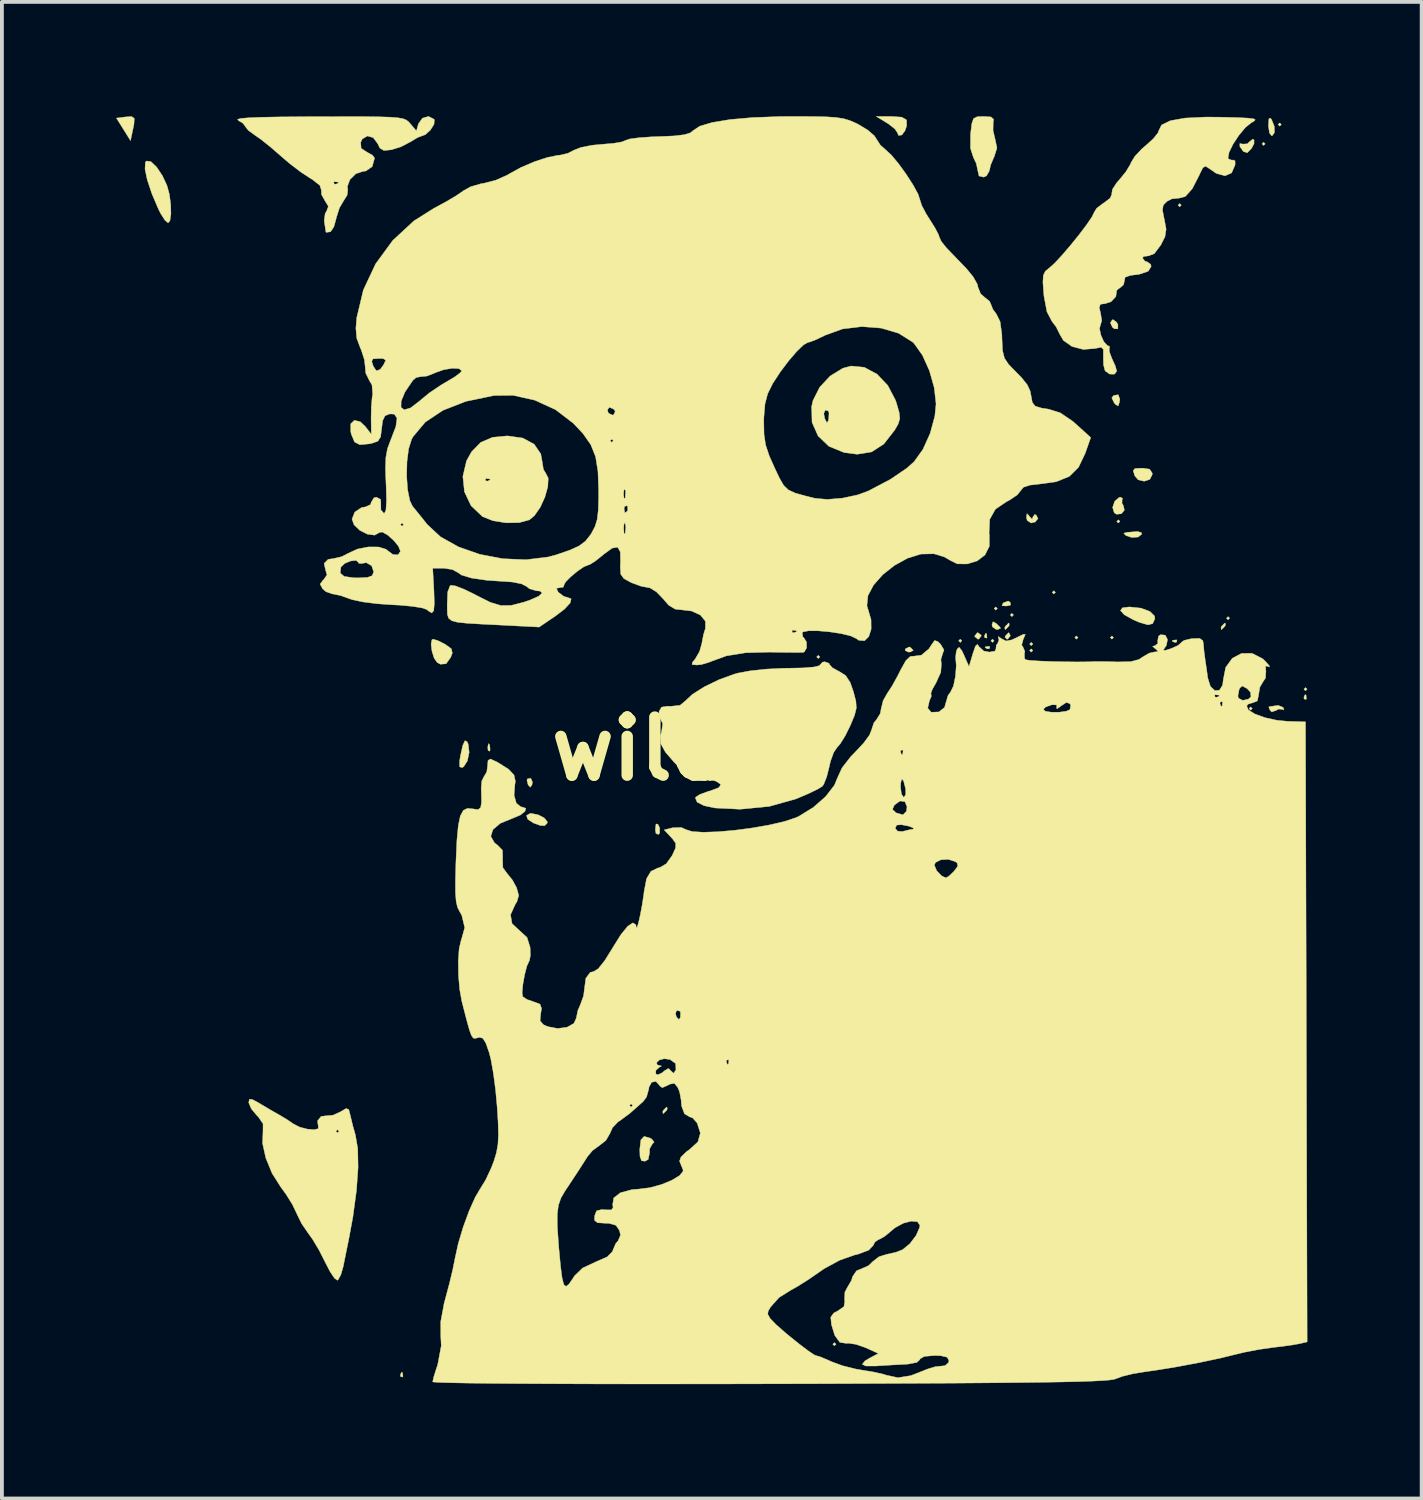
<source format=kicad_pcb>
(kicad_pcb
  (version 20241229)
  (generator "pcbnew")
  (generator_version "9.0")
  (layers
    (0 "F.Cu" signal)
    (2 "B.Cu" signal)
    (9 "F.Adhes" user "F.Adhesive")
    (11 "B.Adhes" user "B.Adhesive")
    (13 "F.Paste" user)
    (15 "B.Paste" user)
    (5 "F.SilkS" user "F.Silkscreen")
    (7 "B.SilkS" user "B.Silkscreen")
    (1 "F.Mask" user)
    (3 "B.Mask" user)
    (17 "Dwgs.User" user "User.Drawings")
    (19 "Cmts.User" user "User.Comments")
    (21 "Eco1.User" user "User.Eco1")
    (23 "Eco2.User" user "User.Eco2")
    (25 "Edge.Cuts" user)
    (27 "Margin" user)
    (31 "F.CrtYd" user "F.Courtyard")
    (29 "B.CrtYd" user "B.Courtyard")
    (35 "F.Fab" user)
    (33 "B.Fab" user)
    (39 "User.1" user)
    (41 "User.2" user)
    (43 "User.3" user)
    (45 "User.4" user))
  (footprint "wilde3"
    (layer "F.Cu")
    (at 15.076 16.6)
    (property "Reference" "wilde3" (at 0 0 0) (layer "F.SilkS") (effects (font (size 1.524 1.524) (thickness 0.3))))
    (attr through_hole)
    (fp_poly (pts (xy 3.387 -2.413) (xy 3.344 -2.371) (xy 3.302 -2.413) (xy 3.344 -2.455) (xy 3.387 -2.413)) (stroke (width 0.01) (type solid)) (fill yes) (layer "F.SilkS"))
    (fp_poly (pts (xy 3.81 15.621) (xy 3.768 15.663) (xy 3.725 15.621) (xy 3.768 15.579) (xy 3.81 15.621)) (stroke (width 0.01) (type solid)) (fill yes) (layer "F.SilkS"))
    (fp_poly (pts (xy 7.112 -2.836) (xy 7.07 -2.794) (xy 7.027 -2.836) (xy 7.07 -2.879) (xy 7.112 -2.836)) (stroke (width 0.01) (type solid)) (fill yes) (layer "F.SilkS"))
    (fp_poly (pts (xy 7.959 -2.836) (xy 7.916 -2.794) (xy 7.874 -2.836) (xy 7.916 -2.879) (xy 7.959 -2.836)) (stroke (width 0.01) (type solid)) (fill yes) (layer "F.SilkS"))
    (fp_poly (pts (xy 8.043 -3.683) (xy 8.001 -3.641) (xy 7.959 -3.683) (xy 8.001 -3.725) (xy 8.043 -3.683)) (stroke (width 0.01) (type solid)) (fill yes) (layer "F.SilkS"))
    (fp_poly (pts (xy 8.467 -3.514) (xy 8.424 -3.471) (xy 8.382 -3.514) (xy 8.424 -3.556) (xy 8.467 -3.514)) (stroke (width 0.01) (type solid)) (fill yes) (layer "F.SilkS"))
    (fp_poly (pts (xy 8.975 -2.752) (xy 8.932 -2.709) (xy 8.89 -2.752) (xy 8.932 -2.794) (xy 8.975 -2.752)) (stroke (width 0.01) (type solid)) (fill yes) (layer "F.SilkS"))
    (fp_poly (pts (xy 8.975 -2.582) (xy 8.932 -2.54) (xy 8.89 -2.582) (xy 8.932 -2.625) (xy 8.975 -2.582)) (stroke (width 0.01) (type solid)) (fill yes) (layer "F.SilkS"))
    (fp_poly (pts (xy 9.567 -4.106) (xy 9.525 -4.064) (xy 9.483 -4.106) (xy 9.525 -4.149) (xy 9.567 -4.106)) (stroke (width 0.01) (type solid)) (fill yes) (layer "F.SilkS"))
    (fp_poly (pts (xy 10.16 -2.921) (xy 10.118 -2.879) (xy 10.075 -2.921) (xy 10.118 -2.963) (xy 10.16 -2.921)) (stroke (width 0.01) (type solid)) (fill yes) (layer "F.SilkS"))
    (fp_poly (pts (xy 11.091 -2.921) (xy 11.049 -2.879) (xy 11.007 -2.921) (xy 11.049 -2.963) (xy 11.091 -2.921)) (stroke (width 0.01) (type solid)) (fill yes) (layer "F.SilkS"))
    (fp_poly (pts (xy 11.261 -5.969) (xy 11.218 -5.927) (xy 11.176 -5.969) (xy 11.218 -6.011) (xy 11.261 -5.969)) (stroke (width 0.01) (type solid)) (fill yes) (layer "F.SilkS"))
    (fp_poly (pts (xy 12.869 -14.266) (xy 12.827 -14.224) (xy 12.785 -14.266) (xy 12.827 -14.309) (xy 12.869 -14.266)) (stroke (width 0.01) (type solid)) (fill yes) (layer "F.SilkS"))
    (fp_poly (pts (xy 14.139 -3.429) (xy 14.097 -3.387) (xy 14.055 -3.429) (xy 14.097 -3.471) (xy 14.139 -3.429)) (stroke (width 0.01) (type solid)) (fill yes) (layer "F.SilkS"))
    (fp_poly (pts (xy 14.732 -1.058) (xy 14.69 -1.016) (xy 14.647 -1.058) (xy 14.69 -1.101) (xy 14.732 -1.058)) (stroke (width 0.01) (type solid)) (fill yes) (layer "F.SilkS"))
    (fp_poly (pts (xy 15.071 -15.875) (xy 15.028 -15.833) (xy 14.986 -15.875) (xy 15.028 -15.917) (xy 15.071 -15.875)) (stroke (width 0.01) (type solid)) (fill yes) (layer "F.SilkS"))
    (fp_poly (pts (xy 15.494 -16.383) (xy 15.452 -16.341) (xy 15.409 -16.383) (xy 15.452 -16.425) (xy 15.494 -16.383)) (stroke (width 0.01) (type solid)) (fill yes) (layer "F.SilkS"))
    (fp_poly (pts (xy 16.171 -1.566) (xy 16.129 -1.524) (xy 16.087 -1.566) (xy 16.129 -1.609) (xy 16.171 -1.566)) (stroke (width 0.01) (type solid)) (fill yes) (layer "F.SilkS"))
    (fp_poly (pts (xy -7.564 16.369) (xy -7.553 16.469) (xy -7.564 16.482) (xy -7.614 16.47) (xy -7.62 16.425) (xy -7.589 16.356) (xy -7.564 16.369)) (stroke (width 0.01) (type solid)) (fill yes) (layer "F.SilkS"))
    (fp_poly (pts (xy -5.276 -0.101) (xy -5.266 0.032) (xy -5.283 0.062) (xy -5.321 0.036) (xy -5.327 -0.049) (xy -5.307 -0.14) (xy -5.276 -0.101)) (stroke (width 0.01) (type solid)) (fill yes) (layer "F.SilkS"))
    (fp_poly (pts (xy 7.761 -3.02) (xy 7.771 -2.919) (xy 7.761 -2.907) (xy 7.711 -2.919) (xy 7.705 -2.963) (xy 7.736 -3.033) (xy 7.761 -3.02)) (stroke (width 0.01) (type solid)) (fill yes) (layer "F.SilkS"))
    (fp_poly (pts (xy 7.846 -2.681) (xy 7.834 -2.631) (xy 7.789 -2.625) (xy 7.72 -2.656) (xy 7.733 -2.681) (xy 7.833 -2.691) (xy 7.846 -2.681)) (stroke (width 0.01) (type solid)) (fill yes) (layer "F.SilkS"))
    (fp_poly (pts (xy 12.756 -2.85) (xy 12.745 -2.8) (xy 12.7 -2.794) (xy 12.63 -2.825) (xy 12.644 -2.85) (xy 12.744 -2.861) (xy 12.756 -2.85)) (stroke (width 0.01) (type solid)) (fill yes) (layer "F.SilkS"))
    (fp_poly (pts (xy 16.143 -1.411) (xy 16.153 -1.311) (xy 16.143 -1.298) (xy 16.093 -1.31) (xy 16.087 -1.355) (xy 16.118 -1.424) (xy 16.143 -1.411)) (stroke (width 0.01) (type solid)) (fill yes) (layer "F.SilkS"))
    (fp_poly (pts (xy -4.156 0.864) (xy -4.167 0.943) (xy -4.213 1.007) (xy -4.269 0.943) (xy -4.3 0.818) (xy -4.284 0.785) (xy -4.2 0.771) (xy -4.156 0.864)) (stroke (width 0.01) (type solid)) (fill yes) (layer "F.SilkS"))
    (fp_poly (pts (xy -0.862 1.979) (xy -0.817 2.072) (xy -0.818 2.208) (xy -0.85 2.246) (xy -0.914 2.218) (xy -0.931 2.122) (xy -0.913 1.969) (xy -0.862 1.979)) (stroke (width 0.01) (type solid)) (fill yes) (layer "F.SilkS"))
    (fp_poly (pts (xy 5.763 -2.663) (xy 5.838 -2.582) (xy 5.753 -2.542) (xy 5.71 -2.54) (xy 5.623 -2.582) (xy 5.631 -2.626) (xy 5.733 -2.675) (xy 5.763 -2.663)) (stroke (width 0.01) (type solid)) (fill yes) (layer "F.SilkS"))
    (fp_poly (pts (xy 8.381 -3.845) (xy 8.391 -3.774) (xy 8.284 -3.748) (xy 8.164 -3.757) (xy 8.194 -3.825) (xy 8.2 -3.831) (xy 8.327 -3.879) (xy 8.381 -3.845)) (stroke (width 0.01) (type solid)) (fill yes) (layer "F.SilkS"))
    (fp_poly (pts (xy -14.603 -16.544) (xy -14.611 -16.392) (xy -14.639 -16.255) (xy -14.702 -15.96) (xy -14.886 -16.256) (xy -15.071 -16.552) (xy -14.851 -16.58) (xy -14.674 -16.593) (xy -14.603 -16.544)) (stroke (width 0.01) (type solid)) (fill yes) (layer "F.SilkS"))
    (fp_poly (pts (xy -0.619 9.453) (xy -0.635 9.483) (xy -0.715 9.564) (xy -0.73 9.567) (xy -0.735 9.513) (xy -0.72 9.483) (xy -0.64 9.402) (xy -0.625 9.398) (xy -0.619 9.453)) (stroke (width 0.01) (type solid)) (fill yes) (layer "F.SilkS"))
    (fp_poly (pts (xy 7.618 -2.984) (xy 7.62 -2.963) (xy 7.556 -2.881) (xy 7.535 -2.879) (xy 7.453 -2.943) (xy 7.451 -2.963) (xy 7.515 -3.046) (xy 7.535 -3.048) (xy 7.618 -2.984)) (stroke (width 0.01) (type solid)) (fill yes) (layer "F.SilkS"))
    (fp_poly (pts (xy 8.015 -3.29) (xy 8.112 -3.194) (xy 8.128 -3.165) (xy 8.06 -3.135) (xy 8.015 -3.133) (xy 7.915 -3.201) (xy 7.902 -3.258) (xy 7.931 -3.337) (xy 8.015 -3.29)) (stroke (width 0.01) (type solid)) (fill yes) (layer "F.SilkS"))
    (fp_poly (pts (xy 8.355 -3.247) (xy 8.34 -3.217) (xy 8.26 -3.136) (xy 8.245 -3.133) (xy 8.239 -3.187) (xy 8.255 -3.217) (xy 8.335 -3.298) (xy 8.35 -3.302) (xy 8.355 -3.247)) (stroke (width 0.01) (type solid)) (fill yes) (layer "F.SilkS"))
    (fp_poly (pts (xy 8.381 -2.982) (xy 8.382 -2.963) (xy 8.317 -2.882) (xy 8.292 -2.879) (xy 8.242 -2.931) (xy 8.255 -2.963) (xy 8.331 -3.044) (xy 8.345 -3.048) (xy 8.381 -2.982)) (stroke (width 0.01) (type solid)) (fill yes) (layer "F.SilkS"))
    (fp_poly (pts (xy 11.175 -11.193) (xy 11.207 -11.134) (xy 11.205 -11.021) (xy 11.113 -11.023) (xy 11.063 -11.063) (xy 11.009 -11.18) (xy 11.058 -11.257) (xy 11.082 -11.261) (xy 11.175 -11.193)) (stroke (width 0.01) (type solid)) (fill yes) (layer "F.SilkS"))
    (fp_poly (pts (xy 11.257 -9.177) (xy 11.247 -9.095) (xy 11.212 -8.996) (xy 11.142 -9.041) (xy 11.108 -9.081) (xy 11.046 -9.21) (xy 11.093 -9.272) (xy 11.215 -9.293) (xy 11.257 -9.177)) (stroke (width 0.01) (type solid)) (fill yes) (layer "F.SilkS"))
    (fp_poly (pts (xy 14.028 -3.247) (xy 14.012 -3.217) (xy 13.933 -3.136) (xy 13.918 -3.133) (xy 13.912 -3.187) (xy 13.928 -3.217) (xy 14.007 -3.298) (xy 14.022 -3.302) (xy 14.028 -3.247)) (stroke (width 0.01) (type solid)) (fill yes) (layer "F.SilkS"))
    (fp_poly (pts (xy 11.826 -5.672) (xy 11.832 -5.634) (xy 11.738 -5.559) (xy 11.567 -5.548) (xy 11.412 -5.601) (xy 11.361 -5.66) (xy 11.451 -5.682) (xy 11.658 -5.699) (xy 11.726 -5.704) (xy 11.826 -5.672)) (stroke (width 0.01) (type solid)) (fill yes) (layer "F.SilkS"))
    (fp_poly (pts (xy 15.24 -16.51) (xy 15.31 -16.335) (xy 15.315 -16.172) (xy 15.254 -16.088) (xy 15.24 -16.087) (xy 15.183 -16.161) (xy 15.157 -16.341) (xy 15.157 -16.362) (xy 15.169 -16.533) (xy 15.208 -16.551) (xy 15.24 -16.51)) (stroke (width 0.01) (type solid)) (fill yes) (layer "F.SilkS"))
    (fp_poly (pts (xy -5.867 -0.185) (xy -5.84 -0.122) (xy -5.816 0.093) (xy -5.862 0.314) (xy -5.959 0.467) (xy -6 0.49) (xy -6.064 0.471) (xy -6.068 0.331) (xy -6.048 0.199) (xy -5.984 -0.09) (xy -5.925 -0.216) (xy -5.867 -0.185)) (stroke (width 0.01) (type solid)) (fill yes) (layer "F.SilkS"))
    (fp_poly (pts (xy -4.002 1.73) (xy -3.842 1.815) (xy -3.764 1.913) (xy -3.77 1.952) (xy -3.837 2.016) (xy -3.951 2.009) (xy -4.128 1.945) (xy -4.278 1.847) (xy -4.311 1.749) (xy -4.218 1.695) (xy -4.185 1.693) (xy -4.002 1.73)) (stroke (width 0.01) (type solid)) (fill yes) (layer "F.SilkS"))
    (fp_poly (pts (xy 12.039 -7.339) (xy 12.105 -7.24) (xy 12.107 -7.197) (xy 12.043 -7.071) (xy 11.896 -7.023) (xy 11.74 -7.06) (xy 11.651 -7.161) (xy 11.608 -7.3) (xy 11.655 -7.356) (xy 11.83 -7.366) (xy 11.853 -7.366) (xy 12.039 -7.339)) (stroke (width 0.01) (type solid)) (fill yes) (layer "F.SilkS"))
    (fp_poly (pts (xy 15.536 -1.092) (xy 15.55 -1.072) (xy 15.563 -1.018) (xy 15.537 -1.036) (xy 15.422 -1.046) (xy 15.361 -1.011) (xy 15.244 -0.97) (xy 15.2 -1.012) (xy 15.166 -1.099) (xy 15.172 -1.107) (xy 15.411 -1.142) (xy 15.536 -1.092)) (stroke (width 0.01) (type solid)) (fill yes) (layer "F.SilkS"))
    (fp_poly (pts (xy 5.537 -16.576) (xy 5.661 -16.502) (xy 5.664 -16.35) (xy 5.621 -16.221) (xy 5.537 -16.108) (xy 5.45 -16.097) (xy 5.419 -16.173) (xy 5.353 -16.268) (xy 5.19 -16.397) (xy 5.144 -16.426) (xy 4.868 -16.594) (xy 5.271 -16.594) (xy 5.537 -16.576)) (stroke (width 0.01) (type solid)) (fill yes) (layer "F.SilkS"))
    (fp_poly (pts (xy 8.879 -6.112) (xy 8.89 -6.096) (xy 8.957 -6.023) (xy 8.973 -6.08) (xy 9.022 -6.149) (xy 9.061 -6.137) (xy 9.11 -6.044) (xy 9.038 -5.954) (xy 8.927 -5.927) (xy 8.825 -5.996) (xy 8.807 -6.075) (xy 8.821 -6.173) (xy 8.879 -6.112)) (stroke (width 0.01) (type solid)) (fill yes) (layer "F.SilkS"))
    (fp_poly (pts (xy 11.332 -6.569) (xy 11.318 -6.548) (xy 11.313 -6.446) (xy 11.347 -6.39) (xy 11.377 -6.265) (xy 11.298 -6.17) (xy 11.172 -6.156) (xy 11.11 -6.196) (xy 11.068 -6.336) (xy 11.124 -6.499) (xy 11.241 -6.599) (xy 11.278 -6.604) (xy 11.332 -6.569)) (stroke (width 0.01) (type solid)) (fill yes) (layer "F.SilkS"))
    (fp_poly (pts (xy 11.812 -3.693) (xy 12.045 -3.607) (xy 12.169 -3.486) (xy 12.177 -3.415) (xy 12.119 -3.286) (xy 11.995 -3.255) (xy 11.774 -3.319) (xy 11.62 -3.384) (xy 11.373 -3.52) (xy 11.274 -3.63) (xy 11.326 -3.702) (xy 11.509 -3.725) (xy 11.812 -3.693)) (stroke (width 0.01) (type solid)) (fill yes) (layer "F.SilkS"))
    (fp_poly (pts (xy 14.778 -15.984) (xy 14.778 -15.882) (xy 14.713 -15.756) (xy 14.601 -15.642) (xy 14.501 -15.674) (xy 14.493 -15.682) (xy 14.407 -15.805) (xy 14.406 -15.884) (xy 14.487 -15.869) (xy 14.606 -15.877) (xy 14.652 -15.925) (xy 14.741 -15.996) (xy 14.778 -15.984)) (stroke (width 0.01) (type solid)) (fill yes) (layer "F.SilkS"))
    (fp_poly (pts (xy -1.063 10.214) (xy -1.028 10.235) (xy -0.962 10.317) (xy -1.011 10.369) (xy -1.08 10.492) (xy -1.084 10.61) (xy -1.118 10.773) (xy -1.201 10.819) (xy -1.294 10.806) (xy -1.334 10.692) (xy -1.339 10.504) (xy -1.31 10.259) (xy -1.223 10.167) (xy -1.063 10.214)) (stroke (width 0.01) (type solid)) (fill yes) (layer "F.SilkS"))
    (fp_poly (pts (xy -6.632 -2.839) (xy -6.441 -2.742) (xy -6.44 -2.741) (xy -6.284 -2.628) (xy -6.258 -2.516) (xy -6.299 -2.403) (xy -6.422 -2.233) (xy -6.572 -2.222) (xy -6.654 -2.266) (xy -6.734 -2.38) (xy -6.791 -2.56) (xy -6.815 -2.742) (xy -6.793 -2.862) (xy -6.763 -2.879) (xy -6.632 -2.839)) (stroke (width 0.01) (type solid)) (fill yes) (layer "F.SilkS"))
    (fp_poly (pts (xy -14.167 -15.41) (xy -14.018 -15.269) (xy -13.863 -15.036) (xy -13.744 -14.78) (xy -13.681 -14.548) (xy -13.647 -14.283) (xy -13.641 -14.036) (xy -13.667 -13.858) (xy -13.716 -13.801) (xy -13.798 -13.871) (xy -13.911 -14.048) (xy -13.968 -14.161) (xy -14.142 -14.57) (xy -14.262 -14.931) (xy -14.321 -15.214) (xy -14.312 -15.39) (xy -14.285 -15.426) (xy -14.167 -15.41)) (stroke (width 0.01) (type solid)) (fill yes) (layer "F.SilkS"))
    (fp_poly (pts (xy 7.878 -16.581) (xy 7.945 -16.522) (xy 7.934 -16.424) (xy 7.931 -16.224) (xy 7.983 -16.006) (xy 8.033 -15.768) (xy 7.964 -15.547) (xy 7.956 -15.53) (xy 7.867 -15.322) (xy 7.833 -15.167) (xy 7.761 -15.038) (xy 7.684 -15.002) (xy 7.563 -15.032) (xy 7.535 -15.152) (xy 7.49 -15.363) (xy 7.416 -15.518) (xy 7.338 -15.76) (xy 7.34 -16.127) (xy 7.342 -16.15) (xy 7.373 -16.408) (xy 7.42 -16.54) (xy 7.516 -16.588) (xy 7.683 -16.595) (xy 7.878 -16.581)) (stroke (width 0.01) (type solid)) (fill yes) (layer "F.SilkS"))
    (fp_poly (pts (xy 4.553 -10.012) (xy 4.886 -9.833) (xy 5.169 -9.536) (xy 5.372 -9.146) (xy 5.391 -9.091) (xy 5.466 -8.832) (xy 5.484 -8.664) (xy 5.44 -8.521) (xy 5.349 -8.364) (xy 5.064 -7.999) (xy 4.744 -7.792) (xy 4.365 -7.731) (xy 4.022 -7.776) (xy 3.624 -7.939) (xy 3.339 -8.212) (xy 3.181 -8.568) (xy 3.175 -8.797) (xy 3.489 -8.797) (xy 3.516 -8.661) (xy 3.572 -8.555) (xy 3.605 -8.607) (xy 3.619 -8.664) (xy 3.627 -8.818) (xy 3.606 -8.868) (xy 3.525 -8.889) (xy 3.489 -8.797) (xy 3.175 -8.797) (xy 3.169 -8.977) (xy 3.207 -9.143) (xy 3.381 -9.489) (xy 3.658 -9.785) (xy 3.987 -9.987) (xy 4.202 -10.046) (xy 4.553 -10.012)) (stroke (width 0.01) (type solid)) (fill yes) (layer "F.SilkS"))
    (fp_poly (pts (xy -4.409 -8.156) (xy -4.11 -7.994) (xy -3.936 -7.74) (xy -3.897 -7.519) (xy -3.867 -7.332) (xy -3.81 -7.239) (xy -3.741 -7.106) (xy -3.752 -6.881) (xy -3.827 -6.611) (xy -3.949 -6.341) (xy -4.103 -6.12) (xy -4.237 -6.009) (xy -4.501 -5.937) (xy -4.844 -5.931) (xy -5.19 -5.986) (xy -5.466 -6.095) (xy -5.469 -6.098) (xy -5.766 -6.38) (xy -5.939 -6.745) (xy -5.974 -7.084) (xy -5.39 -7.084) (xy -5.379 -7.033) (xy -5.334 -7.027) (xy -5.264 -7.058) (xy -5.278 -7.084) (xy -5.378 -7.094) (xy -5.39 -7.084) (xy -5.974 -7.084) (xy -5.981 -7.151) (xy -5.885 -7.559) (xy -5.753 -7.796) (xy -5.51 -8.044) (xy -5.2 -8.176) (xy -4.815 -8.213) (xy -4.409 -8.156)) (stroke (width 0.01) (type solid)) (fill yes) (layer "F.SilkS"))
    (fp_poly (pts (xy -11.509 9.198) (xy -11.341 9.287) (xy -11.282 9.323) (xy -11.042 9.465) (xy -10.837 9.582) (xy -10.796 9.605) (xy -10.598 9.724) (xy -10.424 9.842) (xy -10.26 9.925) (xy -10.064 9.976) (xy -9.886 9.992) (xy -9.777 9.966) (xy -9.774 9.914) (xy -9.794 9.76) (xy -9.701 9.643) (xy -9.571 9.627) (xy -9.391 9.612) (xy -9.198 9.525) (xy -9.045 9.436) (xy -8.975 9.462) (xy -8.933 9.623) (xy -8.869 9.889) (xy -8.802 10.124) (xy -8.739 10.487) (xy -8.73 10.984) (xy -8.773 11.59) (xy -8.866 12.278) (xy -8.967 12.827) (xy -9.034 13.157) (xy -9.1 13.482) (xy -9.12 13.582) (xy -9.182 13.799) (xy -9.255 13.93) (xy -9.274 13.943) (xy -9.351 13.887) (xy -9.467 13.713) (xy -9.594 13.467) (xy -9.752 13.156) (xy -9.923 12.869) (xy -10.037 12.71) (xy -10.21 12.459) (xy -10.341 12.193) (xy -10.347 12.177) (xy -10.455 11.951) (xy -10.629 11.674) (xy -10.758 11.498) (xy -10.986 11.138) (xy -11.151 10.737) (xy -11.237 10.349) (xy -11.225 10.033) (xy -9.313 10.033) (xy -9.271 10.075) (xy -9.229 10.033) (xy -9.271 9.991) (xy -9.313 10.033) (xy -11.225 10.033) (xy -11.225 10.03) (xy -11.225 10.029) (xy -11.224 9.835) (xy -11.35 9.653) (xy -11.386 9.619) (xy -11.532 9.443) (xy -11.599 9.285) (xy -11.599 9.276) (xy -11.583 9.195) (xy -11.509 9.198)) (stroke (width 0.01) (type solid)) (fill yes) (layer "F.SilkS"))
    (fp_poly (pts (xy 3.626 -2.246) (xy 3.641 -2.212) (xy 3.711 -2.131) (xy 3.88 -2.038) (xy 3.891 -2.034) (xy 4.062 -1.926) (xy 4.182 -1.744) (xy 4.266 -1.504) (xy 4.331 -1.256) (xy 4.344 -1.073) (xy 4.297 -0.883) (xy 4.185 -0.613) (xy 4.184 -0.611) (xy 4.051 -0.343) (xy 3.92 -0.133) (xy 3.844 -0.046) (xy 3.75 0.09) (xy 3.664 0.328) (xy 3.632 0.468) (xy 3.566 0.731) (xy 3.488 0.928) (xy 3.449 0.983) (xy 3.322 1.06) (xy 3.086 1.174) (xy 2.787 1.301) (xy 2.752 1.315) (xy 2.06 1.509) (xy 1.293 1.583) (xy 0.636 1.551) (xy 0.348 1.49) (xy 0.166 1.398) (xy 0.12 1.289) (xy 0.132 1.263) (xy 0.235 1.197) (xy 0.44 1.121) (xy 0.522 1.097) (xy 0.738 1.015) (xy 0.786 0.932) (xy 0.667 0.85) (xy 0.383 0.772) (xy 0.283 0.752) (xy -0.059 0.647) (xy -0.342 0.446) (xy -0.429 0.359) (xy -0.668 0.083) (xy -0.786 -0.134) (xy -0.801 -0.329) (xy -0.766 -0.456) (xy -0.736 -0.661) (xy -0.776 -0.742) (xy -0.835 -0.891) (xy -0.832 -0.986) (xy -0.767 -1.096) (xy -0.601 -1.121) (xy -0.537 -1.116) (xy -0.283 -1.144) (xy -0.157 -1.247) (xy 0.042 -1.432) (xy 0.356 -1.63) (xy 0.738 -1.815) (xy 1.138 -1.961) (xy 1.238 -1.989) (xy 1.564 -2.049) (xy 1.989 -2.094) (xy 2.441 -2.116) (xy 2.558 -2.117) (xy 2.945 -2.125) (xy 3.225 -2.148) (xy 3.371 -2.183) (xy 3.387 -2.201) (xy 3.455 -2.276) (xy 3.514 -2.286) (xy 3.626 -2.246)) (stroke (width 0.01) (type solid)) (fill yes) (layer "F.SilkS"))
    (fp_poly (pts (xy -6.741 -16.524) (xy -6.728 -16.505) (xy -6.739 -16.387) (xy -6.835 -16.235) (xy -6.967 -16.116) (xy -7.049 -16.087) (xy -7.168 -16.042) (xy -7.347 -15.934) (xy -7.353 -15.93) (xy -7.606 -15.798) (xy -7.856 -15.72) (xy -8.055 -15.701) (xy -8.16 -15.765) (xy -8.213 -15.877) (xy -8.333 -16.039) (xy -8.488 -16.082) (xy -8.621 -16.003) (xy -8.662 -15.913) (xy -8.651 -15.759) (xy -8.502 -15.661) (xy -8.349 -15.575) (xy -8.297 -15.503) (xy -8.36 -15.278) (xy -8.527 -15.163) (xy -8.598 -15.155) (xy -8.79 -15.091) (xy -8.944 -14.938) (xy -9.012 -14.755) (xy -9 -14.677) (xy -9.017 -14.53) (xy -9.105 -14.39) (xy -9.221 -14.192) (xy -9.302 -13.935) (xy -9.306 -13.913) (xy -9.365 -13.701) (xy -9.446 -13.576) (xy -9.462 -13.568) (xy -9.563 -13.553) (xy -9.574 -13.561) (xy -9.62 -13.861) (xy -9.594 -14.048) (xy -9.557 -14.11) (xy -9.51 -14.235) (xy -9.599 -14.381) (xy -9.6 -14.383) (xy -9.691 -14.547) (xy -9.694 -14.66) (xy -9.733 -14.787) (xy -9.844 -14.873) (xy -9.37 -14.873) (xy -9.358 -14.823) (xy -9.313 -14.817) (xy -9.244 -14.848) (xy -9.257 -14.873) (xy -9.357 -14.883) (xy -9.37 -14.873) (xy -9.844 -14.873) (xy -9.933 -14.943) (xy -9.987 -14.974) (xy -10.232 -15.135) (xy -10.528 -15.361) (xy -10.762 -15.561) (xy -11.024 -15.789) (xy -11.274 -15.989) (xy -11.441 -16.106) (xy -11.606 -16.226) (xy -11.683 -16.32) (xy -11.684 -16.326) (xy -11.751 -16.415) (xy -11.874 -16.491) (xy -11.891 -16.52) (xy -11.799 -16.543) (xy -11.588 -16.561) (xy -11.246 -16.574) (xy -10.763 -16.583) (xy -10.126 -16.588) (xy -9.793 -16.589) (xy -9.114 -16.59) (xy -8.584 -16.59) (xy -8.184 -16.585) (xy -7.892 -16.576) (xy -7.688 -16.56) (xy -7.553 -16.536) (xy -7.466 -16.502) (xy -7.407 -16.456) (xy -7.36 -16.404) (xy -7.2 -16.214) (xy -7.146 -16.404) (xy -7.041 -16.549) (xy -6.882 -16.595) (xy -6.741 -16.524)) (stroke (width 0.01) (type solid)) (fill yes) (layer "F.SilkS"))
    (fp_poly (pts (xy 13.892 -16.576) (xy 14.324 -16.565) (xy 14.608 -16.552) (xy 14.763 -16.534) (xy 14.811 -16.507) (xy 14.773 -16.467) (xy 14.71 -16.433) (xy 14.552 -16.306) (xy 14.382 -16.101) (xy 14.228 -15.868) (xy 14.123 -15.652) (xy 14.096 -15.502) (xy 14.104 -15.483) (xy 14.204 -15.444) (xy 14.23 -15.455) (xy 14.281 -15.427) (xy 14.281 -15.323) (xy 14.19 -15.112) (xy 14.017 -15.037) (xy 13.786 -15.101) (xy 13.611 -15.223) (xy 13.51 -15.289) (xy 13.437 -15.251) (xy 13.353 -15.083) (xy 13.334 -15.04) (xy 13.157 -14.696) (xy 12.976 -14.494) (xy 12.803 -14.449) (xy 12.796 -14.45) (xy 12.622 -14.432) (xy 12.496 -14.368) (xy 12.399 -14.271) (xy 12.375 -14.144) (xy 12.417 -13.925) (xy 12.425 -13.893) (xy 12.472 -13.637) (xy 12.442 -13.44) (xy 12.332 -13.221) (xy 12.161 -12.994) (xy 12.006 -12.935) (xy 12.002 -12.936) (xy 11.878 -12.92) (xy 11.853 -12.876) (xy 11.921 -12.792) (xy 11.966 -12.785) (xy 12.066 -12.716) (xy 12.079 -12.656) (xy 12.001 -12.532) (xy 11.763 -12.452) (xy 11.534 -12.424) (xy 11.395 -12.375) (xy 11.382 -12.303) (xy 11.355 -12.178) (xy 11.292 -12.123) (xy 11.187 -12.045) (xy 11.174 -12.015) (xy 11.153 -11.868) (xy 11.03 -11.736) (xy 10.877 -11.684) (xy 10.745 -11.666) (xy 10.717 -11.58) (xy 10.752 -11.431) (xy 10.783 -11.239) (xy 10.752 -11.133) (xy 10.751 -11.133) (xy 10.724 -11.031) (xy 10.76 -10.858) (xy 10.836 -10.686) (xy 10.924 -10.588) (xy 10.944 -10.583) (xy 10.995 -10.549) (xy 10.982 -10.53) (xy 10.98 -10.427) (xy 11.047 -10.248) (xy 11.052 -10.238) (xy 11.14 -10.044) (xy 11.176 -9.91) (xy 11.176 -9.91) (xy 11.116 -9.832) (xy 10.989 -9.835) (xy 10.874 -9.916) (xy 10.869 -9.924) (xy 10.829 -10.076) (xy 10.823 -10.298) (xy 10.824 -10.3) (xy 10.825 -10.484) (xy 10.766 -10.539) (xy 10.607 -10.506) (xy 10.297 -10.481) (xy 10.002 -10.559) (xy 9.776 -10.718) (xy 9.686 -10.872) (xy 9.588 -11.07) (xy 9.471 -11.226) (xy 9.345 -11.469) (xy 9.268 -11.872) (xy 9.261 -11.945) (xy 9.239 -12.246) (xy 9.25 -12.426) (xy 9.302 -12.534) (xy 9.401 -12.615) (xy 9.54 -12.738) (xy 9.736 -12.948) (xy 9.961 -13.211) (xy 10.187 -13.49) (xy 10.384 -13.751) (xy 10.526 -13.959) (xy 10.584 -14.078) (xy 10.584 -14.081) (xy 10.651 -14.187) (xy 10.816 -14.313) (xy 10.843 -14.329) (xy 11.003 -14.451) (xy 11.05 -14.557) (xy 11.045 -14.569) (xy 11.063 -14.681) (xy 11.175 -14.854) (xy 11.242 -14.93) (xy 11.415 -15.142) (xy 11.535 -15.34) (xy 11.552 -15.385) (xy 11.65 -15.546) (xy 11.835 -15.744) (xy 11.943 -15.836) (xy 12.136 -16.011) (xy 12.256 -16.161) (xy 12.277 -16.217) (xy 12.352 -16.371) (xy 12.582 -16.483) (xy 12.968 -16.552) (xy 13.514 -16.579) (xy 13.892 -16.576)) (stroke (width 0.01) (type solid)) (fill yes) (layer "F.SilkS"))
    (fp_poly (pts (xy 3.16 -16.593) (xy 3.535 -16.586) (xy 3.806 -16.568) (xy 4.008 -16.537) (xy 4.172 -16.488) (xy 4.333 -16.418) (xy 4.399 -16.385) (xy 4.641 -16.238) (xy 4.815 -16.089) (xy 4.865 -16.011) (xy 4.974 -15.842) (xy 5.115 -15.718) (xy 5.265 -15.579) (xy 5.455 -15.35) (xy 5.655 -15.073) (xy 5.835 -14.793) (xy 5.964 -14.555) (xy 6.013 -14.405) (xy 6.059 -14.259) (xy 6.176 -14.038) (xy 6.267 -13.894) (xy 6.409 -13.667) (xy 6.501 -13.492) (xy 6.519 -13.431) (xy 6.573 -13.315) (xy 6.706 -13.148) (xy 6.726 -13.127) (xy 6.914 -12.932) (xy 7.143 -12.694) (xy 7.234 -12.6) (xy 7.409 -12.387) (xy 7.518 -12.192) (xy 7.535 -12.116) (xy 7.604 -11.941) (xy 7.705 -11.853) (xy 7.839 -11.744) (xy 7.874 -11.667) (xy 7.926 -11.534) (xy 8.016 -11.413) (xy 8.117 -11.208) (xy 8.162 -10.865) (xy 8.165 -10.751) (xy 8.18 -10.449) (xy 8.23 -10.251) (xy 8.336 -10.093) (xy 8.425 -10) (xy 8.679 -9.741) (xy 8.83 -9.551) (xy 8.905 -9.388) (xy 8.929 -9.263) (xy 8.961 -9.088) (xy 9.038 -8.993) (xy 9.206 -8.942) (xy 9.384 -8.915) (xy 9.693 -8.819) (xy 10.016 -8.6) (xy 10.108 -8.52) (xy 10.494 -8.17) (xy 10.348 -7.754) (xy 10.173 -7.388) (xy 9.93 -7.148) (xy 9.588 -7.01) (xy 9.219 -6.958) (xy 8.904 -6.922) (xy 8.727 -6.865) (xy 8.662 -6.784) (xy 8.566 -6.665) (xy 8.372 -6.533) (xy 8.286 -6.488) (xy 7.992 -6.289) (xy 7.843 -6.022) (xy 7.827 -5.661) (xy 7.834 -5.603) (xy 7.832 -5.314) (xy 7.718 -5.088) (xy 7.516 -4.933) (xy 7.251 -4.852) (xy 6.991 -4.855) (xy 6.814 -4.943) (xy 6.652 -5.037) (xy 6.413 -5.111) (xy 6.368 -5.119) (xy 6.038 -5.112) (xy 5.687 -5.003) (xy 5.344 -4.814) (xy 5.037 -4.572) (xy 4.795 -4.298) (xy 4.647 -4.019) (xy 4.621 -3.757) (xy 4.648 -3.667) (xy 4.729 -3.394) (xy 4.732 -3.143) (xy 4.67 -2.946) (xy 4.558 -2.837) (xy 4.407 -2.85) (xy 4.338 -2.898) (xy 4.19 -2.966) (xy 3.941 -3.026) (xy 3.642 -3.071) (xy 3.343 -3.098) (xy 3.093 -3.099) (xy 2.943 -3.07) (xy 2.925 -3.054) (xy 2.935 -2.945) (xy 2.962 -2.922) (xy 3.035 -2.807) (xy 3.039 -2.652) (xy 2.978 -2.544) (xy 2.942 -2.532) (xy 2.815 -2.53) (xy 2.562 -2.531) (xy 2.229 -2.536) (xy 2.057 -2.539) (xy 1.432 -2.522) (xy 0.929 -2.44) (xy 0.511 -2.287) (xy 0.488 -2.276) (xy 0.279 -2.213) (xy 0.157 -2.201) (xy 0.032 -2.213) (xy 0.044 -2.275) (xy 0.114 -2.356) (xy 0.23 -2.557) (xy 0.287 -2.758) (xy 0.332 -2.995) (xy 0.365 -3.104) (xy 2.653 -3.104) (xy 2.665 -3.054) (xy 2.709 -3.048) (xy 2.779 -3.079) (xy 2.766 -3.104) (xy 2.665 -3.115) (xy 2.653 -3.104) (xy 0.365 -3.104) (xy 0.382 -3.157) (xy 0.384 -3.349) (xy 0.251 -3.513) (xy 0.018 -3.618) (xy -0.178 -3.641) (xy -0.41 -3.667) (xy -0.582 -3.771) (xy -0.725 -3.937) (xy -0.901 -4.12) (xy -1.071 -4.224) (xy -1.119 -4.233) (xy -1.306 -4.269) (xy -1.544 -4.356) (xy -1.578 -4.371) (xy -1.757 -4.47) (xy -1.837 -4.581) (xy -1.851 -4.767) (xy -1.845 -4.892) (xy -1.85 -5.168) (xy -1.919 -5.293) (xy -2.063 -5.268) (xy -2.292 -5.101) (xy -2.31 -5.084) (xy -2.503 -4.93) (xy -2.65 -4.837) (xy -2.688 -4.826) (xy -2.805 -4.779) (xy -2.974 -4.663) (xy -3.149 -4.518) (xy -3.284 -4.382) (xy -3.331 -4.295) (xy -3.328 -4.287) (xy -3.349 -4.243) (xy -3.425 -4.233) (xy -3.527 -4.212) (xy -3.484 -4.122) (xy -3.471 -4.106) (xy -3.327 -3.999) (xy -3.249 -3.979) (xy -3.139 -3.939) (xy -3.165 -3.829) (xy -3.317 -3.665) (xy -3.558 -3.482) (xy -3.98 -3.196) (xy -4.974 -3.248) (xy -5.493 -3.274) (xy -5.866 -3.296) (xy -6.118 -3.322) (xy -6.273 -3.363) (xy -6.354 -3.427) (xy -6.386 -3.523) (xy -6.391 -3.661) (xy -6.392 -3.797) (xy -6.379 -4.118) (xy -6.318 -4.277) (xy -6.294 -4.293) (xy -6.171 -4.275) (xy -5.947 -4.188) (xy -5.666 -4.051) (xy -5.615 -4.023) (xy -5.263 -3.846) (xy -4.984 -3.762) (xy -4.711 -3.765) (xy -4.378 -3.851) (xy -4.212 -3.908) (xy -3.99 -4.007) (xy -3.9 -4.089) (xy -3.954 -4.14) (xy -4.054 -4.149) (xy -4.237 -4.204) (xy -4.305 -4.26) (xy -4.439 -4.329) (xy -4.674 -4.377) (xy -4.802 -4.387) (xy -5.347 -4.423) (xy -5.757 -4.483) (xy -6.019 -4.563) (xy -6.102 -4.622) (xy -6.251 -4.704) (xy -6.474 -4.741) (xy -6.487 -4.741) (xy -6.772 -4.741) (xy -6.74 -4.149) (xy -6.73 -3.812) (xy -6.746 -3.625) (xy -6.797 -3.568) (xy -6.889 -3.622) (xy -6.921 -3.653) (xy -7.044 -3.698) (xy -7.296 -3.739) (xy -7.634 -3.771) (xy -7.833 -3.781) (xy -8.236 -3.809) (xy -8.603 -3.856) (xy -8.878 -3.914) (xy -8.949 -3.938) (xy -9.185 -4.022) (xy -9.377 -4.063) (xy -9.398 -4.064) (xy -9.572 -4.125) (xy -9.66 -4.2) (xy -9.727 -4.324) (xy -9.653 -4.423) (xy -9.636 -4.437) (xy -9.545 -4.565) (xy -9.56 -4.614) (xy -9.199 -4.614) (xy -9.096 -4.526) (xy -8.854 -4.49) (xy -8.734 -4.487) (xy -8.485 -4.499) (xy -8.362 -4.544) (xy -8.322 -4.64) (xy -8.321 -4.65) (xy -8.375 -4.806) (xy -8.515 -4.887) (xy -8.644 -4.864) (xy -8.716 -4.871) (xy -8.721 -4.894) (xy -8.783 -4.946) (xy -8.924 -4.931) (xy -9.078 -4.868) (xy -9.177 -4.776) (xy -9.181 -4.767) (xy -9.199 -4.614) (xy -9.56 -4.614) (xy -9.58 -4.682) (xy -9.622 -4.865) (xy -9.516 -4.973) (xy -9.37 -4.995) (xy -9.159 -5.044) (xy -8.982 -5.135) (xy -8.748 -5.243) (xy -8.463 -5.299) (xy -8.191 -5.298) (xy -7.994 -5.237) (xy -7.957 -5.205) (xy -7.815 -5.1) (xy -7.682 -5.092) (xy -7.62 -5.184) (xy -7.62 -5.191) (xy -7.672 -5.32) (xy -7.799 -5.474) (xy -7.954 -5.611) (xy -8.093 -5.69) (xy -8.166 -5.68) (xy -8.295 -5.608) (xy -8.485 -5.634) (xy -8.683 -5.733) (xy -8.836 -5.879) (xy -8.838 -5.884) (xy -7.62 -5.884) (xy -7.578 -5.842) (xy -7.535 -5.884) (xy -7.578 -5.927) (xy -7.62 -5.884) (xy -8.838 -5.884) (xy -8.89 -6.029) (xy -8.816 -6.214) (xy -8.638 -6.333) (xy -8.534 -6.35) (xy -8.407 -6.408) (xy -8.382 -6.477) (xy -8.314 -6.588) (xy -8.251 -6.604) (xy -8.144 -6.55) (xy -8.134 -6.498) (xy -8.132 -6.272) (xy -8.054 -6.182) (xy -8.041 -6.181) (xy -8 -6.263) (xy -7.984 -6.503) (xy -7.994 -6.892) (xy -7.997 -6.956) (xy -8.005 -7.162) (xy -7.456 -7.162) (xy -7.431 -6.803) (xy -7.373 -6.515) (xy -7.303 -6.369) (xy -7.156 -6.189) (xy -6.971 -5.958) (xy -6.918 -5.89) (xy -6.567 -5.564) (xy -6.094 -5.3) (xy -5.537 -5.105) (xy -4.934 -4.99) (xy -4.324 -4.964) (xy -3.745 -5.035) (xy -3.536 -5.091) (xy -3.171 -5.216) (xy -2.929 -5.327) (xy -2.764 -5.451) (xy -2.635 -5.615) (xy -2.605 -5.661) (xy -2.532 -5.8) (xy -1.761 -5.8) (xy -1.752 -5.655) (xy -1.726 -5.642) (xy -1.722 -5.65) (xy -1.706 -5.818) (xy -1.719 -5.904) (xy -1.746 -5.938) (xy -1.761 -5.826) (xy -1.761 -5.8) (xy -2.532 -5.8) (xy -2.513 -5.835) (xy -2.456 -6.022) (xy -2.427 -6.269) (xy -2.426 -6.304) (xy -1.75 -6.304) (xy -1.731 -6.189) (xy -1.67 -6.236) (xy -1.655 -6.259) (xy -1.659 -6.366) (xy -1.678 -6.383) (xy -1.741 -6.358) (xy -1.75 -6.304) (xy -2.426 -6.304) (xy -2.418 -6.623) (xy -2.418 -6.689) (xy -1.765 -6.689) (xy -1.751 -6.568) (xy -1.722 -6.583) (xy -1.711 -6.756) (xy -1.722 -6.795) (xy -1.753 -6.805) (xy -1.765 -6.689) (xy -2.418 -6.689) (xy -2.418 -6.773) (xy -2.436 -7.279) (xy -2.498 -7.666) (xy -2.624 -7.982) (xy -2.697 -8.086) (xy -2.117 -8.086) (xy -2.074 -8.043) (xy -2.032 -8.086) (xy -2.074 -8.128) (xy -2.117 -8.086) (xy -2.697 -8.086) (xy -2.83 -8.276) (xy -3.089 -8.55) (xy -3.158 -8.602) (xy 1.915 -8.602) (xy 1.921 -8.257) (xy 1.962 -7.98) (xy 2.056 -7.695) (xy 2.193 -7.387) (xy 2.328 -7.101) (xy 2.437 -6.914) (xy 2.561 -6.795) (xy 2.74 -6.712) (xy 3.016 -6.635) (xy 3.26 -6.575) (xy 3.583 -6.546) (xy 3.984 -6.58) (xy 4.387 -6.667) (xy 4.657 -6.767) (xy 5.233 -7.07) (xy 5.673 -7.369) (xy 5.86 -7.537) (xy 6.091 -7.859) (xy 6.281 -8.281) (xy 6.403 -8.731) (xy 6.435 -9.051) (xy 6.387 -9.478) (xy 6.261 -9.924) (xy 6.077 -10.331) (xy 5.859 -10.638) (xy 5.82 -10.675) (xy 5.455 -10.905) (xy 4.995 -11.041) (xy 4.487 -11.08) (xy 3.981 -11.019) (xy 3.523 -10.853) (xy 3.511 -10.847) (xy 3.286 -10.738) (xy 3.115 -10.674) (xy 3.077 -10.668) (xy 2.959 -10.602) (xy 2.779 -10.428) (xy 2.566 -10.18) (xy 2.348 -9.891) (xy 2.155 -9.596) (xy 2.145 -9.579) (xy 2.016 -9.317) (xy 1.946 -9.047) (xy 1.917 -8.697) (xy 1.915 -8.602) (xy -3.158 -8.602) (xy -3.54 -8.894) (xy -2.189 -8.894) (xy -2.162 -8.81) (xy -2.056 -8.758) (xy -2.019 -8.771) (xy -1.983 -8.861) (xy -2.023 -8.915) (xy -2.137 -8.964) (xy -2.189 -8.894) (xy -3.54 -8.894) (xy -3.55 -8.901) (xy -4.092 -9.149) (xy -4.662 -9.277) (xy -5.165 -9.272) (xy -5.898 -9.119) (xy -6.502 -8.884) (xy -6.969 -8.573) (xy -7.29 -8.189) (xy -7.326 -8.124) (xy -7.404 -7.875) (xy -7.447 -7.537) (xy -7.456 -7.162) (xy -8.005 -7.162) (xy -8.012 -7.36) (xy -8.001 -7.65) (xy -7.959 -7.877) (xy -7.879 -8.094) (xy -7.872 -8.11) (xy -7.739 -8.458) (xy -7.709 -8.679) (xy -7.779 -8.783) (xy -7.895 -8.79) (xy -8.022 -8.742) (xy -8.086 -8.613) (xy -8.111 -8.412) (xy -8.14 -8.186) (xy -8.212 -8.073) (xy -8.373 -8.017) (xy -8.44 -8.004) (xy -8.684 -7.981) (xy -8.823 -8.052) (xy -8.906 -8.251) (xy -8.923 -8.32) (xy -8.924 -8.529) (xy -8.828 -8.621) (xy -8.674 -8.585) (xy -8.541 -8.459) (xy -8.383 -8.255) (xy -8.389 -8.678) (xy -8.383 -8.962) (xy -7.604 -8.962) (xy -7.519 -8.897) (xy -7.351 -8.948) (xy -7.109 -9.134) (xy -7.095 -9.148) (xy -6.854 -9.345) (xy -6.554 -9.547) (xy -6.418 -9.627) (xy -6.193 -9.761) (xy -6.046 -9.872) (xy -6.011 -9.919) (xy -6.082 -9.978) (xy -6.258 -9.987) (xy -6.485 -9.949) (xy -6.707 -9.87) (xy -6.725 -9.86) (xy -6.926 -9.782) (xy -7.073 -9.769) (xy -7.077 -9.77) (xy -7.207 -9.744) (xy -7.295 -9.667) (xy -7.499 -9.366) (xy -7.6 -9.125) (xy -7.604 -8.962) (xy -8.383 -8.962) (xy -8.383 -8.973) (xy -8.361 -9.229) (xy -8.347 -9.309) (xy -8.366 -9.551) (xy -8.433 -9.662) (xy -8.53 -9.861) (xy -8.542 -10.005) (xy -8.559 -10.169) (xy -8.373 -10.169) (xy -8.331 -10.04) (xy -8.25 -9.919) (xy -8.15 -9.957) (xy -8.063 -10.075) (xy -8.004 -10.2) (xy -8.072 -10.241) (xy -8.17 -10.245) (xy -8.337 -10.234) (xy -8.373 -10.169) (xy -8.559 -10.169) (xy -8.563 -10.207) (xy -8.645 -10.461) (xy -8.671 -10.52) (xy -8.764 -10.77) (xy -8.788 -11.037) (xy -8.765 -11.317) (xy -8.592 -12.041) (xy -8.271 -12.725) (xy -7.822 -13.339) (xy -7.266 -13.854) (xy -6.746 -14.182) (xy -6.434 -14.35) (xy -6.165 -14.509) (xy -5.987 -14.629) (xy -5.969 -14.644) (xy -5.778 -14.75) (xy -5.511 -14.828) (xy -5.434 -14.841) (xy -5.116 -14.922) (xy -4.804 -15.062) (xy -4.756 -15.092) (xy -4.46 -15.255) (xy -4.107 -15.406) (xy -3.759 -15.521) (xy -3.479 -15.577) (xy -3.433 -15.579) (xy -3.226 -15.627) (xy -3.072 -15.707) (xy -2.883 -15.782) (xy -2.585 -15.84) (xy -2.325 -15.864) (xy -2.03 -15.889) (xy -1.807 -15.927) (xy -1.706 -15.969) (xy -1.603 -16.004) (xy -1.37 -16.035) (xy -1.048 -16.059) (xy -0.847 -16.066) (xy -0.437 -16.084) (xy -0.168 -16.116) (xy -0.009 -16.166) (xy 0.056 -16.22) (xy 0.233 -16.339) (xy 0.563 -16.437) (xy 1.032 -16.514) (xy 1.626 -16.566) (xy 2.328 -16.592) (xy 2.649 -16.595) (xy 3.16 -16.593)) (stroke (width 0.01) (type solid)) (fill yes) (layer "F.SilkS"))
    (fp_poly (pts (xy 8.741 -2.917) (xy 8.726 -2.889) (xy 8.682 -2.726) (xy 8.717 -2.669) (xy 8.765 -2.559) (xy 8.754 -2.504) (xy 8.757 -2.372) (xy 8.786 -2.34) (xy 8.892 -2.323) (xy 9.124 -2.307) (xy 9.438 -2.294) (xy 9.79 -2.286) (xy 10.135 -2.282) (xy 10.432 -2.285) (xy 10.583 -2.292) (xy 10.734 -2.293) (xy 10.99 -2.289) (xy 11.199 -2.282) (xy 11.542 -2.289) (xy 11.761 -2.347) (xy 11.841 -2.402) (xy 12.027 -2.512) (xy 12.156 -2.541) (xy 12.263 -2.555) (xy 12.213 -2.611) (xy 12.192 -2.625) (xy 12.116 -2.691) (xy 12.18 -2.708) (xy 12.257 -2.769) (xy 12.249 -2.829) (xy 12.272 -2.958) (xy 12.328 -2.997) (xy 12.451 -2.983) (xy 12.509 -2.868) (xy 12.478 -2.714) (xy 12.446 -2.667) (xy 12.397 -2.59) (xy 12.457 -2.586) (xy 12.606 -2.634) (xy 12.786 -2.715) (xy 12.869 -2.788) (xy 12.869 -2.793) (xy 12.944 -2.847) (xy 13.125 -2.89) (xy 13.155 -2.893) (xy 13.352 -2.9) (xy 13.435 -2.84) (xy 13.45 -2.755) (xy 13.469 -2.542) (xy 13.498 -2.328) (xy 13.537 -2.063) (xy 13.564 -1.863) (xy 13.634 -1.638) (xy 13.751 -1.529) (xy 13.872 -1.54) (xy 13.955 -1.676) (xy 13.97 -1.809) (xy 14.035 -2.139) (xy 14.207 -2.376) (xy 14.449 -2.505) (xy 14.726 -2.508) (xy 15 -2.369) (xy 15.066 -2.309) (xy 15.175 -2.186) (xy 15.184 -2.148) (xy 15.163 -2.158) (xy 15.081 -2.177) (xy 15.086 -2.067) (xy 15.091 -2.048) (xy 15.079 -1.857) (xy 15.02 -1.771) (xy 14.931 -1.618) (xy 14.901 -1.438) (xy 14.867 -1.26) (xy 14.762 -1.216) (xy 14.622 -1.174) (xy 14.587 -1.125) (xy 14.63 -1.022) (xy 14.803 -0.915) (xy 15.065 -0.82) (xy 15.377 -0.751) (xy 15.663 -0.723) (xy 16.129 -0.71) (xy 16.151 7.425) (xy 16.172 15.56) (xy 15.981 15.605) (xy 15.794 15.639) (xy 15.509 15.679) (xy 15.282 15.705) (xy 14.912 15.758) (xy 14.53 15.831) (xy 14.351 15.874) (xy 13.889 15.987) (xy 13.327 16.106) (xy 12.735 16.217) (xy 12.18 16.307) (xy 11.922 16.343) (xy 11.599 16.396) (xy 11.319 16.465) (xy 11.16 16.525) (xy 11.099 16.544) (xy 10.979 16.561) (xy 10.792 16.576) (xy 10.529 16.589) (xy 10.181 16.601) (xy 9.739 16.611) (xy 9.196 16.62) (xy 8.542 16.628) (xy 7.769 16.635) (xy 6.868 16.642) (xy 5.83 16.647) (xy 4.648 16.652) (xy 3.312 16.657) (xy 2.095 16.66) (xy 0.768 16.663) (xy -0.482 16.664) (xy -1.644 16.664) (xy -2.711 16.662) (xy -3.673 16.658) (xy -4.521 16.654) (xy -5.248 16.648) (xy -5.844 16.641) (xy -6.3 16.632) (xy -6.608 16.623) (xy -6.759 16.612) (xy -6.773 16.607) (xy -6.747 16.487) (xy -6.68 16.272) (xy -6.642 16.161) (xy -6.548 15.661) (xy -6.561 15.409) (xy -6.562 15.027) (xy -6.525 14.83) (xy 2.018 14.83) (xy 2.081 14.944) (xy 2.24 15.109) (xy 2.513 15.347) (xy 2.577 15.4) (xy 2.855 15.623) (xy 3.086 15.798) (xy 3.239 15.9) (xy 3.279 15.917) (xy 3.397 15.951) (xy 3.601 16.037) (xy 3.688 16.077) (xy 3.975 16.183) (xy 4.323 16.271) (xy 4.487 16.299) (xy 4.781 16.347) (xy 5.027 16.401) (xy 5.122 16.431) (xy 5.435 16.499) (xy 5.772 16.445) (xy 5.98 16.365) (xy 6.216 16.271) (xy 6.401 16.214) (xy 6.435 16.208) (xy 6.623 16.189) (xy 6.668 16.184) (xy 6.762 16.103) (xy 6.773 16.044) (xy 6.723 15.961) (xy 6.554 15.922) (xy 6.392 15.917) (xy 6.127 15.94) (xy 6.015 16.005) (xy 6.011 16.023) (xy 5.931 16.098) (xy 5.702 16.142) (xy 5.609 16.148) (xy 5.268 16.166) (xy 4.923 16.188) (xy 4.847 16.193) (xy 4.593 16.193) (xy 4.499 16.148) (xy 4.568 16.06) (xy 4.705 15.978) (xy 4.923 15.864) (xy 4.582 15.71) (xy 4.336 15.624) (xy 4.129 15.593) (xy 4.081 15.599) (xy 3.91 15.572) (xy 3.777 15.388) (xy 3.69 15.104) (xy 3.672 14.911) (xy 3.752 14.801) (xy 3.858 14.745) (xy 4.018 14.635) (xy 4.041 14.49) (xy 4.034 14.458) (xy 4.043 14.253) (xy 4.101 14.142) (xy 4.215 13.947) (xy 4.247 13.843) (xy 4.349 13.693) (xy 4.466 13.647) (xy 4.666 13.558) (xy 4.77 13.456) (xy 4.936 13.326) (xy 5.132 13.264) (xy 5.381 13.209) (xy 5.557 13.14) (xy 5.746 12.986) (xy 5.912 12.767) (xy 6.005 12.554) (xy 6.011 12.501) (xy 5.947 12.406) (xy 5.785 12.391) (xy 5.573 12.447) (xy 5.356 12.566) (xy 5.27 12.638) (xy 5.093 12.786) (xy 4.955 12.865) (xy 4.933 12.869) (xy 4.831 12.939) (xy 4.788 13.026) (xy 4.667 13.154) (xy 4.388 13.258) (xy 4.293 13.281) (xy 3.906 13.417) (xy 3.499 13.638) (xy 3.385 13.717) (xy 3.093 13.919) (xy 2.806 14.1) (xy 2.625 14.202) (xy 2.316 14.395) (xy 2.098 14.639) (xy 2.033 14.744) (xy 2.018 14.83) (xy -6.525 14.83) (xy -6.473 14.549) (xy -6.431 14.393) (xy -6.333 14.025) (xy -6.246 13.662) (xy -6.19 13.383) (xy -6.189 13.377) (xy -6.102 12.98) (xy -5.971 12.542) (xy -5.85 12.213) (xy -3.504 12.213) (xy -3.502 12.536) (xy -3.472 12.981) (xy -3.463 13.092) (xy -3.419 13.562) (xy -3.378 13.879) (xy -3.333 14.055) (xy -3.275 14.105) (xy -3.196 14.044) (xy -3.088 13.886) (xy -3.053 13.829) (xy -2.838 13.621) (xy -2.495 13.461) (xy -2.192 13.328) (xy -2.054 13.187) (xy -2.046 13.158) (xy -1.969 12.977) (xy -1.91 12.911) (xy -1.844 12.759) (xy -1.872 12.636) (xy -1.964 12.501) (xy -2.14 12.45) (xy -2.247 12.446) (xy -2.448 12.433) (xy -2.525 12.372) (xy -2.525 12.255) (xy -2.473 12.121) (xy -2.337 12.087) (xy -2.253 12.094) (xy -2.084 12.097) (xy -2.038 12.031) (xy -2.051 11.959) (xy -2.022 11.782) (xy -1.848 11.647) (xy -1.552 11.566) (xy -1.355 11.549) (xy -1.066 11.512) (xy -0.766 11.429) (xy -0.495 11.317) (xy -0.294 11.195) (xy -0.202 11.08) (xy -0.205 11.042) (xy -0.278 10.861) (xy -0.296 10.816) (xy -0.258 10.709) (xy -0.112 10.568) (xy -0.042 10.519) (xy 0.186 10.312) (xy 0.251 10.079) (xy 0.166 9.816) (xy 0.049 9.684) (xy -0.036 9.652) (xy -0.166 9.575) (xy -0.242 9.371) (xy -0.254 9.216) (xy -0.294 9) (xy -0.341 8.885) (xy -0.43 8.775) (xy -0.551 8.797) (xy -0.606 8.827) (xy -0.75 8.89) (xy -0.816 8.842) (xy -0.822 8.826) (xy -0.916 8.724) (xy -1.029 8.748) (xy -1.098 8.877) (xy -1.101 8.918) (xy -1.161 9.132) (xy -1.249 9.252) (xy -1.606 9.568) (xy -1.874 9.765) (xy -1.911 9.787) (xy -2.056 9.94) (xy -2.118 10.083) (xy -2.228 10.273) (xy -2.374 10.388) (xy -2.581 10.541) (xy -2.709 10.694) (xy -2.941 11.057) (xy -3.208 11.462) (xy -3.3 11.599) (xy -3.407 11.783) (xy -3.474 11.975) (xy -3.504 12.213) (xy -5.85 12.213) (xy -5.815 12.117) (xy -5.654 11.759) (xy -5.527 11.545) (xy -5.382 11.307) (xy -5.236 10.996) (xy -5.17 10.825) (xy -5.101 10.6) (xy -5.061 10.381) (xy -5.047 10.124) (xy -5.057 9.782) (xy -5.081 9.398) (xy -5.085 9.356) (xy -1.609 9.356) (xy -1.566 9.398) (xy -1.524 9.356) (xy -1.566 9.313) (xy -1.609 9.356) (xy -5.085 9.356) (xy -5.122 8.955) (xy -5.178 8.526) (xy -0.92 8.526) (xy -0.864 8.551) (xy -0.752 8.498) (xy -0.691 8.446) (xy -0.587 8.385) (xy -0.516 8.453) (xy -0.449 8.512) (xy -0.39 8.417) (xy -0.398 8.255) (xy -0.457 8.213) (xy 0.931 8.213) (xy 0.962 8.282) (xy 0.988 8.269) (xy 0.998 8.169) (xy 0.988 8.156) (xy 0.937 8.168) (xy 0.931 8.213) (xy -0.457 8.213) (xy -0.543 8.151) (xy -0.694 8.129) (xy -0.825 8.163) (xy -0.899 8.234) (xy -0.878 8.294) (xy -0.83 8.304) (xy -0.767 8.322) (xy -0.826 8.353) (xy -0.917 8.436) (xy -0.92 8.526) (xy -5.178 8.526) (xy -5.178 8.524) (xy -5.242 8.163) (xy -5.288 7.976) (xy -5.379 7.717) (xy -5.458 7.592) (xy -5.549 7.568) (xy -5.588 7.578) (xy -5.656 7.597) (xy -5.708 7.588) (xy -5.755 7.523) (xy -5.808 7.379) (xy -5.878 7.128) (xy -5.977 6.746) (xy -6.008 6.625) (xy -6.065 6.309) (xy -6.096 5.938) (xy -6.101 5.565) (xy -6.079 5.246) (xy -6.03 5.032) (xy -6.023 5.017) (xy -5.932 4.69) (xy -6.01 4.365) (xy -6.064 4.271) (xy -6.121 4.158) (xy -6.157 4.005) (xy -6.175 3.781) (xy -6.176 3.454) (xy -6.164 2.993) (xy -6.161 2.922) (xy -6.137 2.392) (xy -6.101 2.012) (xy -6.048 1.76) (xy -5.971 1.616) (xy -5.863 1.561) (xy -5.716 1.574) (xy -5.705 1.576) (xy -5.582 1.593) (xy -5.515 1.544) (xy -5.491 1.397) (xy -5.497 1.12) (xy -5.501 1.046) (xy -5.485 0.843) (xy -5.426 0.724) (xy -5.424 0.723) (xy -5.354 0.603) (xy -5.334 0.461) (xy -5.321 0.302) (xy -5.256 0.266) (xy -5.095 0.339) (xy -5.058 0.36) (xy -4.782 0.533) (xy -4.639 0.685) (xy -4.603 0.849) (xy -4.617 0.945) (xy -4.637 1.216) (xy -4.579 1.423) (xy -4.459 1.521) (xy -4.432 1.524) (xy -4.329 1.558) (xy -4.351 1.639) (xy -4.473 1.736) (xy -4.67 1.819) (xy -4.673 1.82) (xy -4.997 1.952) (xy -5.192 2.117) (xy -5.248 2.294) (xy -5.152 2.465) (xy -5.071 2.526) (xy -4.942 2.659) (xy -4.936 2.858) (xy -4.94 2.876) (xy -4.931 3.116) (xy -4.83 3.256) (xy -4.68 3.442) (xy -4.571 3.642) (xy -4.515 3.848) (xy -4.565 4.015) (xy -4.606 4.078) (xy -4.73 4.352) (xy -4.691 4.583) (xy -4.497 4.765) (xy -4.298 4.946) (xy -4.217 5.206) (xy -4.209 5.422) (xy -4.235 5.558) (xy -4.241 5.567) (xy -4.301 5.696) (xy -4.359 5.92) (xy -4.405 6.172) (xy -4.426 6.388) (xy -4.412 6.499) (xy -4.299 6.575) (xy -4.121 6.636) (xy -3.957 6.698) (xy -3.916 6.809) (xy -3.938 6.945) (xy -3.955 7.132) (xy -3.87 7.235) (xy -3.753 7.287) (xy -3.493 7.336) (xy -3.247 7.303) (xy -3.067 7.202) (xy -3.005 7.066) (xy -2.98 6.945) (xy -0.403 6.945) (xy -0.374 7.039) (xy -0.309 7.103) (xy -0.272 7.039) (xy -0.271 6.907) (xy -0.288 6.881) (xy -0.369 6.861) (xy -0.403 6.945) (xy -2.98 6.945) (xy -2.963 6.861) (xy -2.899 6.715) (xy -2.814 6.479) (xy -2.794 6.32) (xy -2.755 6.02) (xy -2.64 5.864) (xy -2.548 5.842) (xy -2.428 5.767) (xy -2.256 5.551) (xy -2.046 5.213) (xy -2.043 5.207) (xy -1.832 4.87) (xy -1.654 4.653) (xy -1.52 4.564) (xy -1.443 4.614) (xy -1.43 4.678) (xy -1.41 4.685) (xy -1.372 4.563) (xy -1.325 4.353) (xy -1.276 4.093) (xy -1.235 3.822) (xy -1.224 3.732) (xy -1.161 3.405) (xy -1.048 3.214) (xy -0.866 3.125) (xy -0.819 3.117) (xy -0.699 3.048) (xy 6.39 3.048) (xy 6.451 3.197) (xy 6.586 3.336) (xy 6.697 3.384) (xy 6.784 3.33) (xy 6.905 3.212) (xy 7.006 3.077) (xy 6.988 2.994) (xy 6.939 2.957) (xy 6.759 2.899) (xy 6.564 2.909) (xy 6.422 2.979) (xy 6.39 3.048) (xy -0.699 3.048) (xy -0.646 3.017) (xy -0.489 2.798) (xy -0.489 2.797) (xy -0.4 2.601) (xy -0.395 2.479) (xy -0.479 2.36) (xy -0.521 2.315) (xy -0.699 2.125) (xy -0.475 2.069) (xy -0.246 2.063) (xy -0.127 2.117) (xy 0.035 2.169) (xy 0.325 2.187) (xy 0.709 2.174) (xy 1.149 2.136) (xy 1.544 2.084) (xy 5.361 2.084) (xy 5.428 2.159) (xy 5.552 2.168) (xy 5.561 2.165) (xy 5.761 2.116) (xy 5.828 2.109) (xy 5.858 2.085) (xy 5.748 2.036) (xy 5.722 2.028) (xy 5.525 1.989) (xy 5.403 1.999) (xy 5.361 2.084) (xy 1.544 2.084) (xy 1.61 2.075) (xy 2.056 1.997) (xy 2.45 1.906) (xy 2.757 1.805) (xy 2.83 1.772) (xy 3.128 1.588) (xy 5.291 1.588) (xy 5.391 1.68) (xy 5.568 1.73) (xy 5.659 1.636) (xy 5.673 1.519) (xy 5.618 1.384) (xy 5.489 1.367) (xy 5.34 1.475) (xy 5.291 1.588) (xy 3.128 1.588) (xy 3.212 1.537) (xy 3.536 1.253) (xy 3.731 1.002) (xy 5.503 1.002) (xy 5.527 1.186) (xy 5.585 1.27) (xy 5.59 1.27) (xy 5.64 1.199) (xy 5.636 1.048) (xy 5.583 0.841) (xy 5.536 0.788) (xy 5.507 0.895) (xy 5.503 1.002) (xy 3.731 1.002) (xy 3.766 0.958) (xy 3.856 0.742) (xy 3.969 0.496) (xy 4.197 0.203) (xy 4.313 0.085) (xy 5.503 0.085) (xy 5.534 0.154) (xy 5.56 0.141) (xy 5.57 0.041) (xy 5.56 0.028) (xy 5.509 0.04) (xy 5.503 0.085) (xy 4.313 0.085) (xy 4.329 0.068) (xy 4.539 -0.158) (xy 4.688 -0.361) (xy 4.741 -0.493) (xy 4.803 -0.684) (xy 4.868 -0.762) (xy 4.972 -0.928) (xy 4.995 -1.057) (xy 5.046 -1.264) (xy 5.15 -1.449) (xy 5.278 -1.645) (xy 5.428 -1.916) (xy 5.5 -2.06) (xy 5.641 -2.315) (xy 5.76 -2.427) (xy 5.838 -2.432) (xy 6.049 -2.458) (xy 6.248 -2.626) (xy 6.321 -2.738) (xy 6.397 -2.844) (xy 6.48 -2.818) (xy 6.551 -2.75) (xy 6.643 -2.597) (xy 6.61 -2.505) (xy 6.562 -2.348) (xy 6.574 -2.221) (xy 6.559 -2.009) (xy 6.439 -1.743) (xy 6.437 -1.739) (xy 6.334 -1.556) (xy 6.297 -1.45) (xy 6.304 -1.439) (xy 6.31 -1.377) (xy 6.26 -1.261) (xy 6.217 -1.07) (xy 6.308 -0.962) (xy 6.506 -0.97) (xy 6.511 -0.971) (xy 6.593 -1.036) (xy 9.249 -1.036) (xy 9.303 -0.987) (xy 9.462 -0.962) (xy 9.665 -0.963) (xy 9.85 -0.988) (xy 9.95 -1.032) (xy 9.967 -1.144) (xy 9.948 -1.185) (xy 9.948 -1.185) (xy 13.885 -1.185) (xy 13.916 -1.116) (xy 13.942 -1.129) (xy 13.952 -1.229) (xy 13.942 -1.242) (xy 13.891 -1.23) (xy 13.885 -1.185) (xy 9.948 -1.185) (xy 9.856 -1.22) (xy 9.714 -1.127) (xy 9.609 -1.05) (xy 9.599 -1.077) (xy 9.6 -1.08) (xy 9.6 -1.155) (xy 9.471 -1.157) (xy 9.308 -1.098) (xy 9.249 -1.036) (xy 6.593 -1.036) (xy 6.658 -1.088) (xy 6.689 -1.197) (xy 6.747 -1.397) (xy 6.757 -1.411) (xy 13.744 -1.411) (xy 13.756 -1.361) (xy 13.801 -1.355) (xy 13.87 -1.386) (xy 13.868 -1.39) (xy 14.356 -1.39) (xy 14.367 -1.333) (xy 14.481 -1.272) (xy 14.631 -1.306) (xy 14.698 -1.368) (xy 14.686 -1.486) (xy 14.599 -1.581) (xy 14.471 -1.652) (xy 14.404 -1.596) (xy 14.385 -1.547) (xy 14.356 -1.39) (xy 13.868 -1.39) (xy 13.857 -1.411) (xy 13.757 -1.421) (xy 13.744 -1.411) (xy 6.757 -1.411) (xy 6.816 -1.494) (xy 6.891 -1.649) (xy 6.944 -1.903) (xy 6.965 -2.186) (xy 6.948 -2.404) (xy 6.964 -2.543) (xy 6.987 -2.616) (xy 7.038 -2.668) (xy 7.111 -2.58) (xy 7.17 -2.455) (xy 7.3 -2.159) (xy 7.4 -2.498) (xy 7.469 -2.697) (xy 7.521 -2.744) (xy 7.557 -2.688) (xy 7.685 -2.569) (xy 7.834 -2.54) (xy 7.978 -2.565) (xy 8.005 -2.619) (xy 8.016 -2.727) (xy 8.043 -2.752) (xy 8.088 -2.859) (xy 8.071 -2.906) (xy 8.067 -2.949) (xy 8.148 -2.895) (xy 8.271 -2.831) (xy 8.421 -2.86) (xy 8.551 -2.921) (xy 8.724 -3.006) (xy 8.778 -3.007) (xy 8.741 -2.917)) (stroke (width 0.01) (type solid)) (fill yes) (layer "F.SilkS")))
  (gr_rect
    (start -3 -3)
    (end 34.253 36.269)
    (stroke (width 0.1) (type default))
    (fill no)
    (layer "Edge.Cuts")))
</source>
